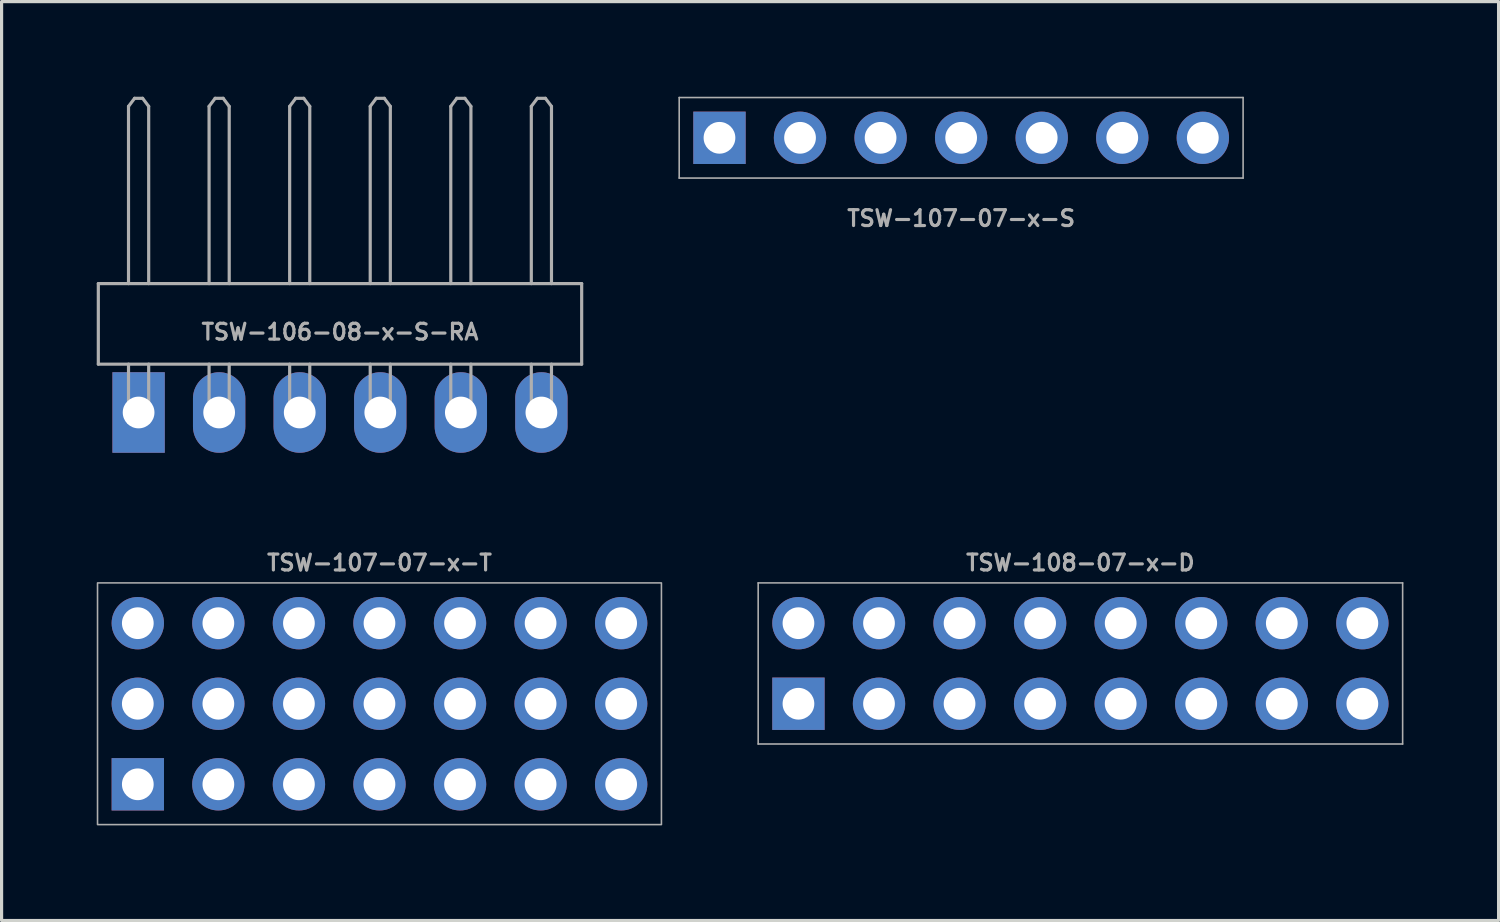
<source format=kicad_pcb>
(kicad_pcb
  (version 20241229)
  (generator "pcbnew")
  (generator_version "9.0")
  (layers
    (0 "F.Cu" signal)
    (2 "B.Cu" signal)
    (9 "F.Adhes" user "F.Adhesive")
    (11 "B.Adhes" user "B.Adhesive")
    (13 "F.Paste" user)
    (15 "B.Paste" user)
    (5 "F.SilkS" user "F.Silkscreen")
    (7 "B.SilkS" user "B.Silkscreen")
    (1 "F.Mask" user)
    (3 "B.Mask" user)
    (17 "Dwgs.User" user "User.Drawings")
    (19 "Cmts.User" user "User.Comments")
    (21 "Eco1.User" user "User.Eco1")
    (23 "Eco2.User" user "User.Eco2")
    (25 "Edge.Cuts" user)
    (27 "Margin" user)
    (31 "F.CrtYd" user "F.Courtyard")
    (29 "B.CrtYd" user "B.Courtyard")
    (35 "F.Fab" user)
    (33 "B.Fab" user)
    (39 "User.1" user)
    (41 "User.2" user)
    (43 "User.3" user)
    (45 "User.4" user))
  (footprint "TSW-107-07-x-S"
    (layer "F.Cu")
    (at 27.255 1.295)
    (property "Reference" "TSW-107-07-x-S" (at 0 2.54 0) (layer "F.Fab") (effects (font (size 0.5 0.5) (thickness 0.1))))
    (attr through_hole)
    (fp_line (start -8.89 -1.27) (end -8.89 1.27) (stroke (width 0.05) (type solid)) (layer "F.Fab"))
    (fp_line (start -8.89 1.27) (end 8.89 1.27) (stroke (width 0.05) (type solid)) (layer "F.Fab"))
    (fp_line (start 8.89 -1.27) (end -8.89 -1.27) (stroke (width 0.05) (type solid)) (layer "F.Fab"))
    (fp_line (start 8.89 1.27) (end 8.89 -1.27) (stroke (width 0.05) (type solid)) (layer "F.Fab"))
    (pad "1" thru_hole rect (at -7.62 0 90) (size 1.651 1.651) (drill 1) (layers "*.Cu" "*.Mask"))
    (pad "2" thru_hole circle (at -5.08 0 90) (size 1.651 1.651) (drill 1) (layers "*.Cu" "*.Mask"))
    (pad "3" thru_hole circle (at -2.54 0 90) (size 1.651 1.651) (drill 1) (layers "*.Cu" "*.Mask"))
    (pad "4" thru_hole circle (at 0 0 90) (size 1.651 1.651) (drill 1) (layers "*.Cu" "*.Mask"))
    (pad "5" thru_hole circle (at 2.54 0 90) (size 1.651 1.651) (drill 1) (layers "*.Cu" "*.Mask"))
    (pad "6" thru_hole circle (at 5.08 0 90) (size 1.651 1.651) (drill 1) (layers "*.Cu" "*.Mask"))
    (pad "7" thru_hole circle (at 7.62 0 90) (size 1.651 1.651) (drill 1) (layers "*.Cu" "*.Mask")))
  (footprint "TSW-107-07-x-T"
    (layer "F.Cu")
    (at 8.915 19.139)
    (property "Reference" "TSW-107-07-x-T" (at 0 -4.445 0) (layer "F.Fab") (effects (font (size 0.5 0.5) (thickness 0.1))))
    (attr through_hole)
    (fp_rect (start -8.89 -3.81) (end 8.89 3.81) (stroke (width 0.05) (type solid)) (fill no) (layer "F.Fab"))
    (pad "1" thru_hole rect (at -7.62 2.54 90) (size 1.651 1.651) (drill 1) (layers "*.Cu" "*.Mask"))
    (pad "2" thru_hole circle (at -7.62 0 90) (size 1.651 1.651) (drill 1) (layers "*.Cu" "*.Mask"))
    (pad "3" thru_hole circle (at -7.62 -2.54 90) (size 1.651 1.651) (drill 1) (layers "*.Cu" "*.Mask"))
    (pad "4" thru_hole circle (at -5.08 2.54 90) (size 1.651 1.651) (drill 1) (layers "*.Cu" "*.Mask"))
    (pad "5" thru_hole circle (at -5.08 0) (size 1.651 1.651) (drill 1) (layers "*.Cu" "*.Mask"))
    (pad "6" thru_hole circle (at -5.08 -2.54) (size 1.651 1.651) (drill 1) (layers "*.Cu" "*.Mask"))
    (pad "7" thru_hole circle (at -2.54 2.54) (size 1.651 1.651) (drill 1) (layers "*.Cu" "*.Mask"))
    (pad "8" thru_hole circle (at -2.54 0) (size 1.651 1.651) (drill 1) (layers "*.Cu" "*.Mask"))
    (pad "9" thru_hole circle (at -2.54 -2.54 90) (size 1.651 1.651) (drill 1) (layers "*.Cu" "*.Mask"))
    (pad "10" thru_hole circle (at 0 2.54 90) (size 1.651 1.651) (drill 1) (layers "*.Cu" "*.Mask"))
    (pad "11" thru_hole circle (at 0 0) (size 1.651 1.651) (drill 1) (layers "*.Cu" "*.Mask"))
    (pad "12" thru_hole circle (at 0 -2.54) (size 1.651 1.651) (drill 1) (layers "*.Cu" "*.Mask"))
    (pad "13" thru_hole circle (at 2.54 2.54) (size 1.651 1.651) (drill 1) (layers "*.Cu" "*.Mask"))
    (pad "14" thru_hole circle (at 2.54 0) (size 1.651 1.651) (drill 1) (layers "*.Cu" "*.Mask"))
    (pad "15" thru_hole circle (at 2.54 -2.54) (size 1.651 1.651) (drill 1) (layers "*.Cu" "*.Mask"))
    (pad "16" thru_hole circle (at 5.08 2.54) (size 1.651 1.651) (drill 1) (layers "*.Cu" "*.Mask"))
    (pad "17" thru_hole circle (at 5.08 0) (size 1.651 1.651) (drill 1) (layers "*.Cu" "*.Mask"))
    (pad "18" thru_hole circle (at 5.08 -2.54) (size 1.651 1.651) (drill 1) (layers "*.Cu" "*.Mask"))
    (pad "19" thru_hole circle (at 7.62 2.54) (size 1.651 1.651) (drill 1) (layers "*.Cu" "*.Mask"))
    (pad "20" thru_hole circle (at 7.62 0) (size 1.651 1.651) (drill 1) (layers "*.Cu" "*.Mask"))
    (pad "21" thru_hole circle (at 7.62 -2.54) (size 1.651 1.651) (drill 1) (layers "*.Cu" "*.Mask")))
  (footprint "TSW-108-07-x-D"
    (layer "F.Cu")
    (at 31.015 17.869)
    (property "Reference" "TSW-108-07-x-D" (at 0 -3.175 0) (layer "F.Fab") (effects (font (size 0.5 0.5) (thickness 0.1))))
    (attr through_hole)
    (fp_line (start -10.16 -2.54) (end -10.16 2.54) (stroke (width 0.05) (type solid)) (layer "F.Fab"))
    (fp_line (start -10.16 2.54) (end 10.16 2.54) (stroke (width 0.05) (type solid)) (layer "F.Fab"))
    (fp_line (start 10.16 -2.54) (end -10.16 -2.54) (stroke (width 0.05) (type solid)) (layer "F.Fab"))
    (fp_line (start 10.16 2.54) (end 10.16 -2.54) (stroke (width 0.05) (type solid)) (layer "F.Fab"))
    (pad "1" thru_hole rect (at -8.89 1.27 90) (size 1.651 1.651) (drill 1) (layers "*.Cu" "*.Mask"))
    (pad "2" thru_hole circle (at -8.89 -1.27 90) (size 1.651 1.651) (drill 1) (layers "*.Cu" "*.Mask"))
    (pad "3" thru_hole circle (at -6.35 1.27 90) (size 1.651 1.651) (drill 1) (layers "*.Cu" "*.Mask"))
    (pad "4" thru_hole circle (at -6.35 -1.27 90) (size 1.651 1.651) (drill 1) (layers "*.Cu" "*.Mask"))
    (pad "5" thru_hole circle (at -3.81 1.27) (size 1.651 1.651) (drill 1) (layers "*.Cu" "*.Mask"))
    (pad "6" thru_hole circle (at -3.81 -1.27) (size 1.651 1.651) (drill 1) (layers "*.Cu" "*.Mask"))
    (pad "7" thru_hole circle (at -1.27 1.27) (size 1.651 1.651) (drill 1) (layers "*.Cu" "*.Mask"))
    (pad "8" thru_hole circle (at -1.27 -1.27) (size 1.651 1.651) (drill 1) (layers "*.Cu" "*.Mask"))
    (pad "9" thru_hole circle (at 1.27 1.27 90) (size 1.651 1.651) (drill 1) (layers "*.Cu" "*.Mask"))
    (pad "10" thru_hole circle (at 1.27 -1.27 90) (size 1.651 1.651) (drill 1) (layers "*.Cu" "*.Mask"))
    (pad "11" thru_hole circle (at 3.81 1.27) (size 1.651 1.651) (drill 1) (layers "*.Cu" "*.Mask"))
    (pad "12" thru_hole circle (at 3.81 -1.27) (size 1.651 1.651) (drill 1) (layers "*.Cu" "*.Mask"))
    (pad "13" thru_hole circle (at 6.35 1.27) (size 1.651 1.651) (drill 1) (layers "*.Cu" "*.Mask"))
    (pad "14" thru_hole circle (at 6.35 -1.27) (size 1.651 1.651) (drill 1) (layers "*.Cu" "*.Mask"))
    (pad "15" thru_hole circle (at 8.89 1.27) (size 1.651 1.651) (drill 1) (layers "*.Cu" "*.Mask"))
    (pad "16" thru_hole circle (at 8.89 -1.27) (size 1.651 1.651) (drill 1) (layers "*.Cu" "*.Mask")))
  (footprint "TSW-106-08-x-S-RA"
    (layer "F.Cu")
    (at 7.67 9.956)
    (property "Reference" "TSW-106-08-x-S-RA" (at 0 -2.54 0) (layer "F.Fab") (effects (font (size 0.5 0.5) (thickness 0.1))))
    (attr through_hole)
    (fp_line (start -7.62 -4.064) (end -7.62 -1.524) (stroke (width 0.1) (type solid)) (layer "F.Fab"))
    (fp_line (start -7.62 -1.524) (end 7.62 -1.524) (stroke (width 0.1) (type solid)) (layer "F.Fab"))
    (fp_line (start -6.668 -9.652) (end -6.477 -9.906) (stroke (width 0.1) (type solid)) (layer "F.Fab"))
    (fp_line (start -6.668 -4.064) (end -6.668 -9.652) (stroke (width 0.1) (type solid)) (layer "F.Fab"))
    (fp_line (start -6.668 0.318) (end -6.668 -1.524) (stroke (width 0.1) (type solid)) (layer "F.Fab"))
    (fp_line (start -6.668 0.318) (end -6.032 0.318) (stroke (width 0.1) (type solid)) (layer "F.Fab"))
    (fp_line (start -6.477 -9.906) (end -6.223 -9.906) (stroke (width 0.1) (type solid)) (layer "F.Fab"))
    (fp_line (start -6.223 -9.906) (end -6.032 -9.652) (stroke (width 0.1) (type solid)) (layer "F.Fab"))
    (fp_line (start -6.032 -9.652) (end -6.032 -4.064) (stroke (width 0.1) (type solid)) (layer "F.Fab"))
    (fp_line (start -6.032 -1.524) (end -6.032 0.318) (stroke (width 0.1) (type solid)) (layer "F.Fab"))
    (fp_line (start -4.128 -9.652) (end -3.937 -9.906) (stroke (width 0.1) (type solid)) (layer "F.Fab"))
    (fp_line (start -4.128 -4.064) (end -4.128 -9.652) (stroke (width 0.1) (type solid)) (layer "F.Fab"))
    (fp_line (start -4.128 0.318) (end -4.128 -1.524) (stroke (width 0.1) (type solid)) (layer "F.Fab"))
    (fp_line (start -4.128 0.318) (end -3.493 0.318) (stroke (width 0.1) (type solid)) (layer "F.Fab"))
    (fp_line (start -3.937 -9.906) (end -3.683 -9.906) (stroke (width 0.1) (type solid)) (layer "F.Fab"))
    (fp_line (start -3.683 -9.906) (end -3.493 -9.652) (stroke (width 0.1) (type solid)) (layer "F.Fab"))
    (fp_line (start -3.493 -9.652) (end -3.493 -4.064) (stroke (width 0.1) (type solid)) (layer "F.Fab"))
    (fp_line (start -3.493 -1.524) (end -3.493 0.318) (stroke (width 0.1) (type solid)) (layer "F.Fab"))
    (fp_line (start -1.587 -9.652) (end -1.397 -9.906) (stroke (width 0.1) (type solid)) (layer "F.Fab"))
    (fp_line (start -1.587 -4.064) (end -1.587 -9.652) (stroke (width 0.1) (type solid)) (layer "F.Fab"))
    (fp_line (start -1.587 0.318) (end -1.587 -1.524) (stroke (width 0.1) (type solid)) (layer "F.Fab"))
    (fp_line (start -1.587 0.318) (end -0.953 0.318) (stroke (width 0.1) (type solid)) (layer "F.Fab"))
    (fp_line (start -1.397 -9.906) (end -1.143 -9.906) (stroke (width 0.1) (type solid)) (layer "F.Fab"))
    (fp_line (start -1.143 -9.906) (end -0.953 -9.652) (stroke (width 0.1) (type solid)) (layer "F.Fab"))
    (fp_line (start -0.953 -9.652) (end -0.953 -4.064) (stroke (width 0.1) (type solid)) (layer "F.Fab"))
    (fp_line (start -0.953 -1.524) (end -0.953 0.318) (stroke (width 0.1) (type solid)) (layer "F.Fab"))
    (fp_line (start 0.953 -9.652) (end 1.143 -9.906) (stroke (width 0.1) (type solid)) (layer "F.Fab"))
    (fp_line (start 0.953 -4.064) (end 0.953 -9.652) (stroke (width 0.1) (type solid)) (layer "F.Fab"))
    (fp_line (start 0.953 0.318) (end 0.953 -1.524) (stroke (width 0.1) (type solid)) (layer "F.Fab"))
    (fp_line (start 0.953 0.318) (end 1.587 0.318) (stroke (width 0.1) (type solid)) (layer "F.Fab"))
    (fp_line (start 1.143 -9.906) (end 1.397 -9.906) (stroke (width 0.1) (type solid)) (layer "F.Fab"))
    (fp_line (start 1.397 -9.906) (end 1.587 -9.652) (stroke (width 0.1) (type solid)) (layer "F.Fab"))
    (fp_line (start 1.587 -9.652) (end 1.587 -4.064) (stroke (width 0.1) (type solid)) (layer "F.Fab"))
    (fp_line (start 1.587 -1.524) (end 1.587 0.318) (stroke (width 0.1) (type solid)) (layer "F.Fab"))
    (fp_line (start 3.493 -9.652) (end 3.683 -9.906) (stroke (width 0.1) (type solid)) (layer "F.Fab"))
    (fp_line (start 3.493 -4.064) (end 3.493 -9.652) (stroke (width 0.1) (type solid)) (layer "F.Fab"))
    (fp_line (start 3.493 0.318) (end 3.493 -1.524) (stroke (width 0.1) (type solid)) (layer "F.Fab"))
    (fp_line (start 3.493 0.318) (end 4.128 0.318) (stroke (width 0.1) (type solid)) (layer "F.Fab"))
    (fp_line (start 3.683 -9.906) (end 3.937 -9.906) (stroke (width 0.1) (type solid)) (layer "F.Fab"))
    (fp_line (start 3.937 -9.906) (end 4.128 -9.652) (stroke (width 0.1) (type solid)) (layer "F.Fab"))
    (fp_line (start 4.128 -9.652) (end 4.128 -4.064) (stroke (width 0.1) (type solid)) (layer "F.Fab"))
    (fp_line (start 4.128 -1.524) (end 4.128 0.318) (stroke (width 0.1) (type solid)) (layer "F.Fab"))
    (fp_line (start 6.032 -9.652) (end 6.223 -9.906) (stroke (width 0.1) (type solid)) (layer "F.Fab"))
    (fp_line (start 6.032 -4.064) (end 6.032 -9.652) (stroke (width 0.1) (type solid)) (layer "F.Fab"))
    (fp_line (start 6.032 0.318) (end 6.032 -1.524) (stroke (width 0.1) (type solid)) (layer "F.Fab"))
    (fp_line (start 6.032 0.318) (end 6.668 0.318) (stroke (width 0.1) (type solid)) (layer "F.Fab"))
    (fp_line (start 6.223 -9.906) (end 6.477 -9.906) (stroke (width 0.1) (type solid)) (layer "F.Fab"))
    (fp_line (start 6.477 -9.906) (end 6.668 -9.652) (stroke (width 0.1) (type solid)) (layer "F.Fab"))
    (fp_line (start 6.668 -9.652) (end 6.668 -4.064) (stroke (width 0.1) (type solid)) (layer "F.Fab"))
    (fp_line (start 6.668 -1.524) (end 6.668 0.318) (stroke (width 0.1) (type solid)) (layer "F.Fab"))
    (fp_line (start 7.62 -4.064) (end -7.62 -4.064) (stroke (width 0.1) (type solid)) (layer "F.Fab"))
    (fp_line (start 7.62 -4.064) (end 7.62 -1.524) (stroke (width 0.1) (type default)) (layer "F.Fab"))
    (pad "1" thru_hole rect (at -6.35 0 90) (size 2.54 1.651) (drill 1) (layers "*.Cu" "*.Mask"))
    (pad "2" thru_hole oval (at -3.81 0 90) (size 2.54 1.651) (drill 1) (layers "*.Cu" "*.Mask"))
    (pad "3" thru_hole oval (at -1.27 0 90) (size 2.54 1.651) (drill 1) (layers "*.Cu" "*.Mask"))
    (pad "4" thru_hole oval (at 1.27 0 90) (size 2.54 1.651) (drill 1) (layers "*.Cu" "*.Mask"))
    (pad "5" thru_hole oval (at 3.81 0 90) (size 2.54 1.651) (drill 1) (layers "*.Cu" "*.Mask"))
    (pad "6" thru_hole oval (at 6.35 0 90) (size 2.54 1.651) (drill 1) (layers "*.Cu" "*.Mask")))
  (gr_rect
    (start -3 -3)
    (end 44.2 25.974)
    (stroke (width 0.1) (type default))
    (fill no)
    (layer "Edge.Cuts")))
</source>
